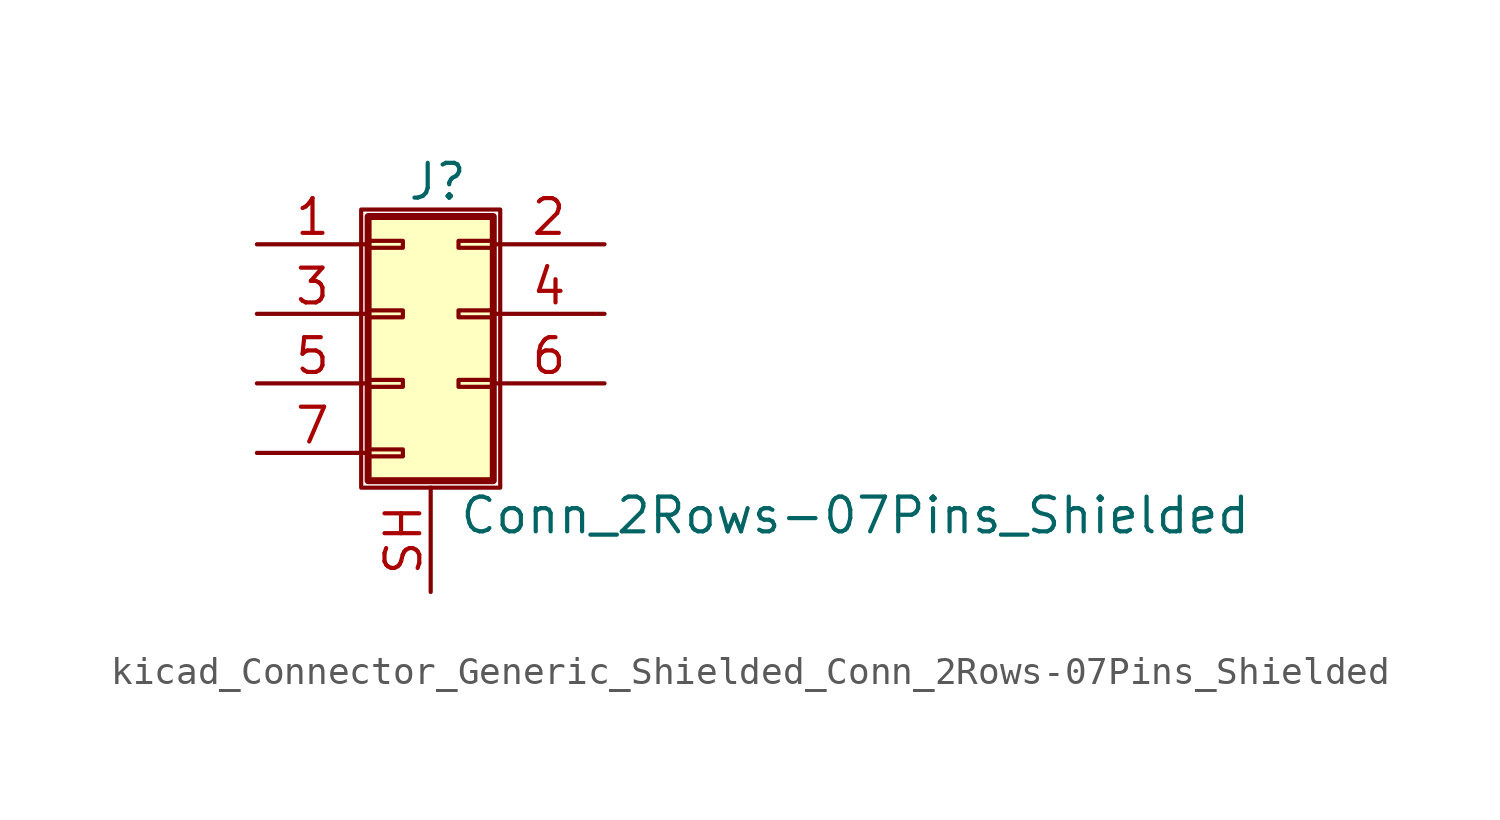
<source format=kicad_sym>
(kicad_symbol_lib
  (version 20220914)
  (generator kicad_symbol_editor)
  (symbol "kicad_Connector_Generic_Shielded_Conn_2Rows-07Pins_Shielded"
    (pin_names
      (offset 1.016) hide)
    (property "Reference" "J"
      (at 1.524 4.826 0)
      (effects (font (size 1.27 1.27))))
    (property "Value" "Conn_2Rows-07Pins_Shielded"
      (at 2.286 -7.366 0)
      (effects (font (size 1.27 1.27)) (justify left)))
    (symbol "kicad_Connector_Generic_Shielded_Conn_2Rows-07Pins_Shielded_1_1"
      (rectangle (start -1.27 3.81) (end 3.81 -6.35) (stroke (width 0.152) (type default)) (fill (type none)))
      (rectangle (start -1.016 -4.953) (end 0.254 -5.207) (stroke (width 0.152) (type default)) (fill (type none)))
      (rectangle (start -1.016 -2.413) (end 0.254 -2.667) (stroke (width 0.152) (type default)) (fill (type none)))
      (rectangle (start -1.016 0.127) (end 0.254 -0.127) (stroke (width 0.152) (type default)) (fill (type none)))
      (rectangle (start -1.016 2.667) (end 0.254 2.413) (stroke (width 0.152) (type default)) (fill (type none)))
      (rectangle (start -1.016 3.556) (end 3.556 -6.096) (stroke (width 0.254) (type default)) (fill (type background)))
      (rectangle (start 3.556 -2.413) (end 2.286 -2.667) (stroke (width 0.152) (type default)) (fill (type none)))
      (rectangle (start 3.556 0.127) (end 2.286 -0.127) (stroke (width 0.152) (type default)) (fill (type none)))
      (rectangle (start 3.556 2.667) (end 2.286 2.413) (stroke (width 0.152) (type default)) (fill (type none)))
      (pin passive line (at -5.08 2.54 0) (length 4.064) (name "Pin_1" (effects (font (size 1.27 1.27)))) (number "1" (effects (font (size 1.27 1.27)))))
      (pin passive line (at 7.62 2.54 180) (length 4.064) (name "Pin_2" (effects (font (size 1.27 1.27)))) (number "2" (effects (font (size 1.27 1.27)))))
      (pin passive line (at -5.08 0 0) (length 4.064) (name "Pin_3" (effects (font (size 1.27 1.27)))) (number "3" (effects (font (size 1.27 1.27)))))
      (pin passive line (at 7.62 0 180) (length 4.064) (name "Pin_4" (effects (font (size 1.27 1.27)))) (number "4" (effects (font (size 1.27 1.27)))))
      (pin passive line (at -5.08 -2.54 0) (length 4.064) (name "Pin_5" (effects (font (size 1.27 1.27)))) (number "5" (effects (font (size 1.27 1.27)))))
      (pin passive line (at 7.62 -2.54 180) (length 4.064) (name "Pin_6" (effects (font (size 1.27 1.27)))) (number "6" (effects (font (size 1.27 1.27)))))
      (pin passive line (at -5.08 -5.08 0) (length 4.064) (name "Pin_7" (effects (font (size 1.27 1.27)))) (number "7" (effects (font (size 1.27 1.27)))))
      (pin passive line (at 1.27 -10.16 90) (length 3.81) (name "Shield" (effects (font (size 1.27 1.27)))) (number "SH" (effects (font (size 1.27 1.27))))))))
</source>
